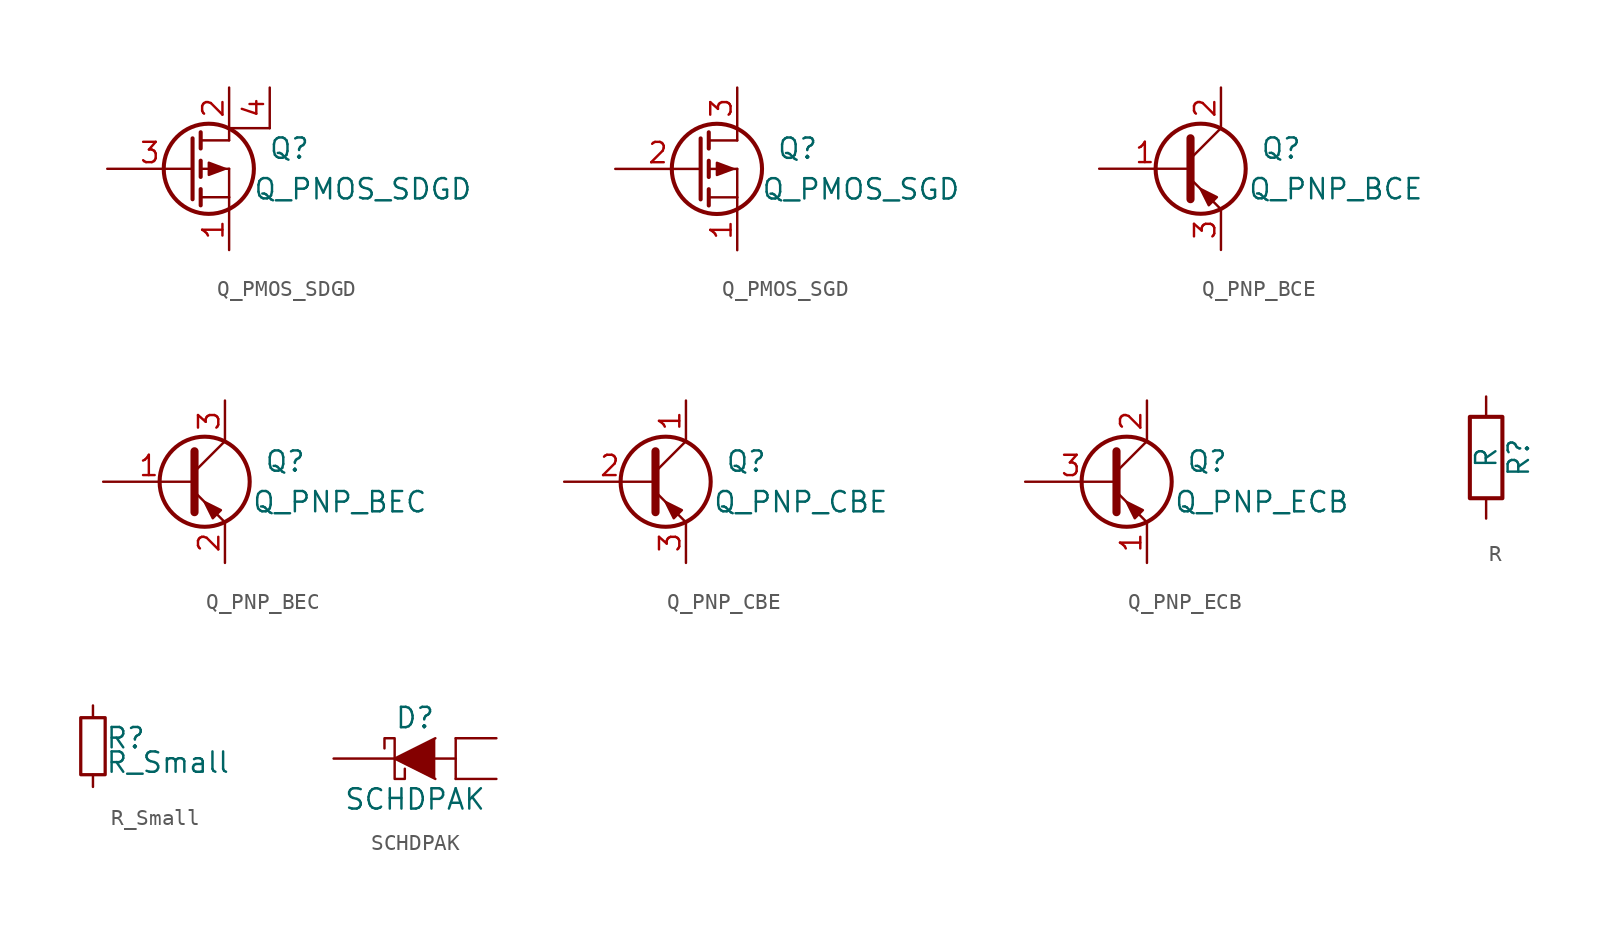
<source format=kicad_sym>
(kicad_symbol_lib
  (version 20211014)
  (generator kicad_symbol_editor)
  (symbol "Q_PMOS_SDGD"
    (pin_names
      (offset 0) hide)
    (property "Reference" "Q"
      (at 7.62 1.27 0)
      (effects (font (size 1.27 1.27)) (justify right)))
    (property "Value" "Q_PMOS_SDGD"
      (at 17.78 -1.27 0)
      (effects (font (size 1.27 1.27)) (justify right)))
    (property "Footprint" ""
      (at 5.08 2.54 0)
      (effects (font (size 0.737 0.737))))
    (property "Datasheet" ""
      (at 0 0 0)
      (effects (font (size 1.524 1.524))))
    (symbol "Q_PMOS_SDGD_0_1"
      (polyline (pts (xy 0.762 -1.778) (xy 2.54 -1.778)) (stroke (width 0) (type default) (color 0 0 0 0)) (fill (type none)))
      (polyline (pts (xy 0.762 -1.27) (xy 0.762 -2.286)) (stroke (width 0.254) (type default) (color 0 0 0 0)) (fill (type none)))
      (polyline (pts (xy 0.762 0) (xy 2.54 0)) (stroke (width 0) (type default) (color 0 0 0 0)) (fill (type none)))
      (polyline (pts (xy 0.762 0.508) (xy 0.762 -0.508)) (stroke (width 0.254) (type default) (color 0 0 0 0)) (fill (type none)))
      (polyline (pts (xy 0.762 1.778) (xy 2.54 1.778)) (stroke (width 0) (type default) (color 0 0 0 0)) (fill (type none)))
      (polyline (pts (xy 0.762 2.286) (xy 0.762 1.27)) (stroke (width 0.254) (type default) (color 0 0 0 0)) (fill (type none)))
      (polyline (pts (xy 2.54 -1.778) (xy 2.54 -2.54)) (stroke (width 0) (type default) (color 0 0 0 0)) (fill (type none)))
      (polyline (pts (xy 2.54 -1.778) (xy 2.54 0)) (stroke (width 0) (type default) (color 0 0 0 0)) (fill (type none)))
      (polyline (pts (xy 2.54 2.54) (xy 2.54 1.778)) (stroke (width 0) (type default) (color 0 0 0 0)) (fill (type none)))
      (polyline (pts (xy 5.08 2.54) (xy 2.54 2.54)) (stroke (width 0) (type default) (color 0 0 0 0)) (fill (type none)))
      (polyline (pts (xy 0.254 1.905) (xy 0.254 -1.905) (xy 0.254 -1.905)) (stroke (width 0.254) (type default) (color 0 0 0 0)) (fill (type none)))
      (polyline (pts (xy 2.286 0) (xy 1.27 -0.381) (xy 1.27 0.381) (xy 2.286 0)) (stroke (width 0) (type default) (color 0 0 0 0)) (fill (type outline)))
      (circle (center 1.27 0) (radius 2.819) (stroke (width 0.254) (type default) (color 0 0 0 0)) (fill (type none))))
    (symbol "Q_PMOS_SDGD_1_1"
      (pin passive line (at 2.54 -5.08 90) (length 2.54) (name "S" (effects (font (size 1.27 1.27)))) (number "1" (effects (font (size 1.27 1.27)))))
      (pin passive line (at 2.54 5.08 270) (length 2.54) (name "D" (effects (font (size 1.27 1.27)))) (number "2" (effects (font (size 1.27 1.27)))))
      (pin input line (at -5.08 0 0) (length 5.334) (name "G" (effects (font (size 1.27 1.27)))) (number "3" (effects (font (size 1.27 1.27)))))
      (pin passive line (at 5.08 5.08 270) (length 2.54) (name "D" (effects (font (size 1.27 1.27)))) (number "4" (effects (font (size 1.27 1.27)))))))
  (symbol "Q_PMOS_SGD"
    (pin_names
      (offset 0) hide)
    (property "Reference" "Q"
      (at 7.62 1.27 0)
      (effects (font (size 1.27 1.27)) (justify right)))
    (property "Value" "Q_PMOS_SGD"
      (at 16.51 -1.27 0)
      (effects (font (size 1.27 1.27)) (justify right)))
    (property "Footprint" ""
      (at 5.08 2.54 0)
      (effects (font (size 0.737 0.737))))
    (property "Datasheet" ""
      (at 0 0 0)
      (effects (font (size 1.524 1.524))))
    (symbol "Q_PMOS_SGD_0_1"
      (polyline (pts (xy 0.762 -1.778) (xy 2.54 -1.778)) (stroke (width 0) (type default) (color 0 0 0 0)) (fill (type none)))
      (polyline (pts (xy 0.762 -1.27) (xy 0.762 -2.286)) (stroke (width 0.254) (type default) (color 0 0 0 0)) (fill (type none)))
      (polyline (pts (xy 0.762 0) (xy 2.54 0)) (stroke (width 0) (type default) (color 0 0 0 0)) (fill (type none)))
      (polyline (pts (xy 0.762 0.508) (xy 0.762 -0.508)) (stroke (width 0.254) (type default) (color 0 0 0 0)) (fill (type none)))
      (polyline (pts (xy 0.762 1.778) (xy 2.54 1.778)) (stroke (width 0) (type default) (color 0 0 0 0)) (fill (type none)))
      (polyline (pts (xy 0.762 2.286) (xy 0.762 1.27)) (stroke (width 0.254) (type default) (color 0 0 0 0)) (fill (type none)))
      (polyline (pts (xy 2.54 -1.778) (xy 2.54 -2.54)) (stroke (width 0) (type default) (color 0 0 0 0)) (fill (type none)))
      (polyline (pts (xy 2.54 -1.778) (xy 2.54 0)) (stroke (width 0) (type default) (color 0 0 0 0)) (fill (type none)))
      (polyline (pts (xy 2.54 2.54) (xy 2.54 1.778)) (stroke (width 0) (type default) (color 0 0 0 0)) (fill (type none)))
      (polyline (pts (xy 0.254 1.905) (xy 0.254 -1.905) (xy 0.254 -1.905)) (stroke (width 0.254) (type default) (color 0 0 0 0)) (fill (type none)))
      (polyline (pts (xy 2.286 0) (xy 1.27 -0.381) (xy 1.27 0.381) (xy 2.286 0)) (stroke (width 0) (type default) (color 0 0 0 0)) (fill (type outline)))
      (circle (center 1.27 0) (radius 2.819) (stroke (width 0.254) (type default) (color 0 0 0 0)) (fill (type none))))
    (symbol "Q_PMOS_SGD_1_1"
      (pin passive line (at 2.54 -5.08 90) (length 2.54) (name "S" (effects (font (size 1.27 1.27)))) (number "1" (effects (font (size 1.27 1.27)))))
      (pin input line (at -5.08 0 0) (length 5.334) (name "G" (effects (font (size 1.27 1.27)))) (number "2" (effects (font (size 1.27 1.27)))))
      (pin passive line (at 2.54 5.08 270) (length 2.54) (name "D" (effects (font (size 1.27 1.27)))) (number "3" (effects (font (size 1.27 1.27)))))))
  (symbol "Q_PNP_BCE"
    (pin_names
      (offset 0) hide)
    (property "Reference" "Q"
      (at 7.62 1.27 0)
      (effects (font (size 1.27 1.27)) (justify right)))
    (property "Value" "Q_PNP_BCE"
      (at 15.24 -1.27 0)
      (effects (font (size 1.27 1.27)) (justify right)))
    (property "Footprint" ""
      (at 5.08 2.54 0)
      (effects (font (size 0.737 0.737))))
    (property "Datasheet" ""
      (at 0 0 0)
      (effects (font (size 1.524 1.524))))
    (symbol "Q_PNP_BCE_0_1"
      (polyline (pts (xy 0.635 0.635) (xy 2.54 2.54)) (stroke (width 0) (type default) (color 0 0 0 0)) (fill (type none)))
      (polyline (pts (xy 0.635 -0.635) (xy 2.54 -2.54) (xy 2.54 -2.54)) (stroke (width 0) (type default) (color 0 0 0 0)) (fill (type none)))
      (polyline (pts (xy 0.635 1.905) (xy 0.635 -1.905) (xy 0.635 -1.905)) (stroke (width 0.508) (type default) (color 0 0 0 0)) (fill (type none)))
      (polyline (pts (xy 2.286 -1.778) (xy 1.778 -2.286) (xy 1.27 -1.27) (xy 2.286 -1.778) (xy 2.286 -1.778)) (stroke (width 0) (type default) (color 0 0 0 0)) (fill (type outline)))
      (circle (center 1.27 0) (radius 2.819) (stroke (width 0.254) (type default) (color 0 0 0 0)) (fill (type none))))
    (symbol "Q_PNP_BCE_1_1"
      (pin input line (at -5.08 0 0) (length 5.715) (name "B" (effects (font (size 1.27 1.27)))) (number "1" (effects (font (size 1.27 1.27)))))
      (pin passive line (at 2.54 5.08 270) (length 2.54) (name "C" (effects (font (size 1.27 1.27)))) (number "2" (effects (font (size 1.27 1.27)))))
      (pin passive line (at 2.54 -5.08 90) (length 2.54) (name "E" (effects (font (size 1.27 1.27)))) (number "3" (effects (font (size 1.27 1.27)))))))
  (symbol "Q_PNP_BEC"
    (pin_names
      (offset 0) hide)
    (property "Reference" "Q"
      (at 7.62 1.27 0)
      (effects (font (size 1.27 1.27)) (justify right)))
    (property "Value" "Q_PNP_BEC"
      (at 15.24 -1.27 0)
      (effects (font (size 1.27 1.27)) (justify right)))
    (property "Footprint" ""
      (at 5.08 2.54 0)
      (effects (font (size 0.737 0.737))))
    (property "Datasheet" ""
      (at 0 0 0)
      (effects (font (size 1.524 1.524))))
    (symbol "Q_PNP_BEC_0_1"
      (polyline (pts (xy 0.635 0.635) (xy 2.54 2.54)) (stroke (width 0) (type default) (color 0 0 0 0)) (fill (type none)))
      (polyline (pts (xy 0.635 -0.635) (xy 2.54 -2.54) (xy 2.54 -2.54)) (stroke (width 0) (type default) (color 0 0 0 0)) (fill (type none)))
      (polyline (pts (xy 0.635 1.905) (xy 0.635 -1.905) (xy 0.635 -1.905)) (stroke (width 0.508) (type default) (color 0 0 0 0)) (fill (type none)))
      (polyline (pts (xy 2.286 -1.778) (xy 1.778 -2.286) (xy 1.27 -1.27) (xy 2.286 -1.778) (xy 2.286 -1.778)) (stroke (width 0) (type default) (color 0 0 0 0)) (fill (type outline)))
      (circle (center 1.27 0) (radius 2.819) (stroke (width 0.254) (type default) (color 0 0 0 0)) (fill (type none))))
    (symbol "Q_PNP_BEC_1_1"
      (pin input line (at -5.08 0 0) (length 5.715) (name "B" (effects (font (size 1.27 1.27)))) (number "1" (effects (font (size 1.27 1.27)))))
      (pin passive line (at 2.54 -5.08 90) (length 2.54) (name "E" (effects (font (size 1.27 1.27)))) (number "2" (effects (font (size 1.27 1.27)))))
      (pin passive line (at 2.54 5.08 270) (length 2.54) (name "C" (effects (font (size 1.27 1.27)))) (number "3" (effects (font (size 1.27 1.27)))))))
  (symbol "Q_PNP_CBE"
    (pin_names
      (offset 0) hide)
    (property "Reference" "Q"
      (at 7.62 1.27 0)
      (effects (font (size 1.27 1.27)) (justify right)))
    (property "Value" "Q_PNP_CBE"
      (at 15.24 -1.27 0)
      (effects (font (size 1.27 1.27)) (justify right)))
    (property "Footprint" ""
      (at 5.08 2.54 0)
      (effects (font (size 0.737 0.737))))
    (property "Datasheet" ""
      (at 0 0 0)
      (effects (font (size 1.524 1.524))))
    (symbol "Q_PNP_CBE_0_1"
      (polyline (pts (xy 0.635 0.635) (xy 2.54 2.54)) (stroke (width 0) (type default) (color 0 0 0 0)) (fill (type none)))
      (polyline (pts (xy 0.635 -0.635) (xy 2.54 -2.54) (xy 2.54 -2.54)) (stroke (width 0) (type default) (color 0 0 0 0)) (fill (type none)))
      (polyline (pts (xy 0.635 1.905) (xy 0.635 -1.905) (xy 0.635 -1.905)) (stroke (width 0.508) (type default) (color 0 0 0 0)) (fill (type none)))
      (polyline (pts (xy 2.286 -1.778) (xy 1.778 -2.286) (xy 1.27 -1.27) (xy 2.286 -1.778) (xy 2.286 -1.778)) (stroke (width 0) (type default) (color 0 0 0 0)) (fill (type outline)))
      (circle (center 1.27 0) (radius 2.819) (stroke (width 0.254) (type default) (color 0 0 0 0)) (fill (type none))))
    (symbol "Q_PNP_CBE_1_1"
      (pin passive line (at 2.54 5.08 270) (length 2.54) (name "C" (effects (font (size 1.27 1.27)))) (number "1" (effects (font (size 1.27 1.27)))))
      (pin input line (at -5.08 0 0) (length 5.715) (name "B" (effects (font (size 1.27 1.27)))) (number "2" (effects (font (size 1.27 1.27)))))
      (pin passive line (at 2.54 -5.08 90) (length 2.54) (name "E" (effects (font (size 1.27 1.27)))) (number "3" (effects (font (size 1.27 1.27)))))))
  (symbol "Q_PNP_ECB"
    (pin_names
      (offset 0) hide)
    (property "Reference" "Q"
      (at 7.62 1.27 0)
      (effects (font (size 1.27 1.27)) (justify right)))
    (property "Value" "Q_PNP_ECB"
      (at 15.24 -1.27 0)
      (effects (font (size 1.27 1.27)) (justify right)))
    (property "Footprint" ""
      (at 5.08 2.54 0)
      (effects (font (size 0.737 0.737))))
    (property "Datasheet" ""
      (at 0 0 0)
      (effects (font (size 1.524 1.524))))
    (symbol "Q_PNP_ECB_0_1"
      (polyline (pts (xy 0.635 0.635) (xy 2.54 2.54)) (stroke (width 0) (type default) (color 0 0 0 0)) (fill (type none)))
      (polyline (pts (xy 0.635 -0.635) (xy 2.54 -2.54) (xy 2.54 -2.54)) (stroke (width 0) (type default) (color 0 0 0 0)) (fill (type none)))
      (polyline (pts (xy 0.635 1.905) (xy 0.635 -1.905) (xy 0.635 -1.905)) (stroke (width 0.508) (type default) (color 0 0 0 0)) (fill (type none)))
      (polyline (pts (xy 2.286 -1.778) (xy 1.778 -2.286) (xy 1.27 -1.27) (xy 2.286 -1.778) (xy 2.286 -1.778)) (stroke (width 0) (type default) (color 0 0 0 0)) (fill (type outline)))
      (circle (center 1.27 0) (radius 2.819) (stroke (width 0.254) (type default) (color 0 0 0 0)) (fill (type none))))
    (symbol "Q_PNP_ECB_1_1"
      (pin passive line (at 2.54 -5.08 90) (length 2.54) (name "E" (effects (font (size 1.27 1.27)))) (number "1" (effects (font (size 1.27 1.27)))))
      (pin passive line (at 2.54 5.08 270) (length 2.54) (name "C" (effects (font (size 1.27 1.27)))) (number "2" (effects (font (size 1.27 1.27)))))
      (pin input line (at -5.08 0 0) (length 5.715) (name "B" (effects (font (size 1.27 1.27)))) (number "3" (effects (font (size 1.27 1.27)))))))
  (symbol "R"
    (pin_numbers hide)
    (pin_names
      (offset 0))
    (property "Reference" "R"
      (at 2.032 0 90)
      (effects (font (size 1.27 1.27))))
    (property "Value" "R"
      (at 0 0 90)
      (effects (font (size 1.27 1.27))))
    (property "Footprint" ""
      (at -1.778 0 90)
      (effects (font (size 0.762 0.762))))
    (property "Datasheet" ""
      (at 0 0 0)
      (effects (font (size 0.762 0.762))))
    (symbol "R_0_1"
      (rectangle (start -1.016 -2.54) (end 1.016 2.54) (stroke (width 0.254) (type default) (color 0 0 0 0)) (fill (type none))))
    (symbol "R_1_1"
      (pin passive line (at 0 3.81 270) (length 1.27) (name "~" (effects (font (size 1.524 1.524)))) (number "1" (effects (font (size 1.524 1.524)))))
      (pin passive line (at 0 -3.81 90) (length 1.27) (name "~" (effects (font (size 1.524 1.524)))) (number "2" (effects (font (size 1.524 1.524)))))))
  (symbol "R_Small"
    (pin_numbers hide)
    (pin_names
      (offset 0.254) hide)
    (property "Reference" "R"
      (at 0.762 0.508 0)
      (effects (font (size 1.27 1.27)) (justify left)))
    (property "Value" "R_Small"
      (at 0.762 -1.016 0)
      (effects (font (size 1.27 1.27)) (justify left)))
    (property "Footprint" ""
      (at 0 0 0)
      (effects (font (size 1.524 1.524))))
    (property "Datasheet" ""
      (at 0 0 0)
      (effects (font (size 1.524 1.524))))
    (symbol "R_Small_0_1"
      (rectangle (start -0.762 1.778) (end 0.762 -1.778) (stroke (width 0.203) (type default) (color 0 0 0 0)) (fill (type none))))
    (symbol "R_Small_1_1"
      (pin passive line (at 0 2.54 270) (length 0.762) (name "~" (effects (font (size 1.016 1.016)))) (number "1" (effects (font (size 1.016 1.016)))))
      (pin passive line (at 0 -2.54 90) (length 0.762) (name "~" (effects (font (size 1.016 1.016)))) (number "2" (effects (font (size 1.016 1.016)))))))
  (symbol "SCHDPAK"
    (pin_numbers hide)
    (pin_names
      (offset 1.016) hide)
    (property "Reference" "D"
      (at 0 2.54 0)
      (effects (font (size 1.27 1.27))))
    (property "Value" "SCHDPAK"
      (at 0 -2.54 0)
      (effects (font (size 1.27 1.27))))
    (property "Footprint" ""
      (at 0 0 0)
      (effects (font (size 1.524 1.524))))
    (property "Datasheet" ""
      (at 0 0 0)
      (effects (font (size 1.524 1.524))))
    (symbol "SCHDPAK_0_1"
      (polyline (pts (xy 2.54 0) (xy 1.27 0)) (stroke (width 0) (type default) (color 0 0 0 0)) (fill (type none)))
      (polyline (pts (xy 2.54 1.27) (xy 2.54 -1.27)) (stroke (width 0) (type default) (color 0 0 0 0)) (fill (type none)))
      (polyline (pts (xy 1.27 1.27) (xy -1.27 0) (xy 1.27 -1.27)) (stroke (width 0) (type default) (color 0 0 0 0)) (fill (type outline)))
      (polyline (pts (xy -1.905 0.635) (xy -1.905 1.27) (xy -1.27 1.27) (xy -1.27 -1.27) (xy -0.635 -1.27) (xy -0.635 -0.635)) (stroke (width 0) (type default) (color 0 0 0 0)) (fill (type none))))
    (symbol "SCHDPAK_1_1"
      (pin passive line (at 5.08 -1.27 180) (length 2.54) (name "A" (effects (font (size 1.016 1.016)))) (number "1" (effects (font (size 1.016 1.016)))))
      (pin passive line (at -5.08 0 0) (length 3.81) (name "K" (effects (font (size 1.016 1.016)))) (number "2" (effects (font (size 1.016 1.016)))))
      (pin input line (at 5.08 1.27 180) (length 2.54) (name "A" (effects (font (size 1.016 1.016)))) (number "3" (effects (font (size 1.016 1.016))))))))
</source>
